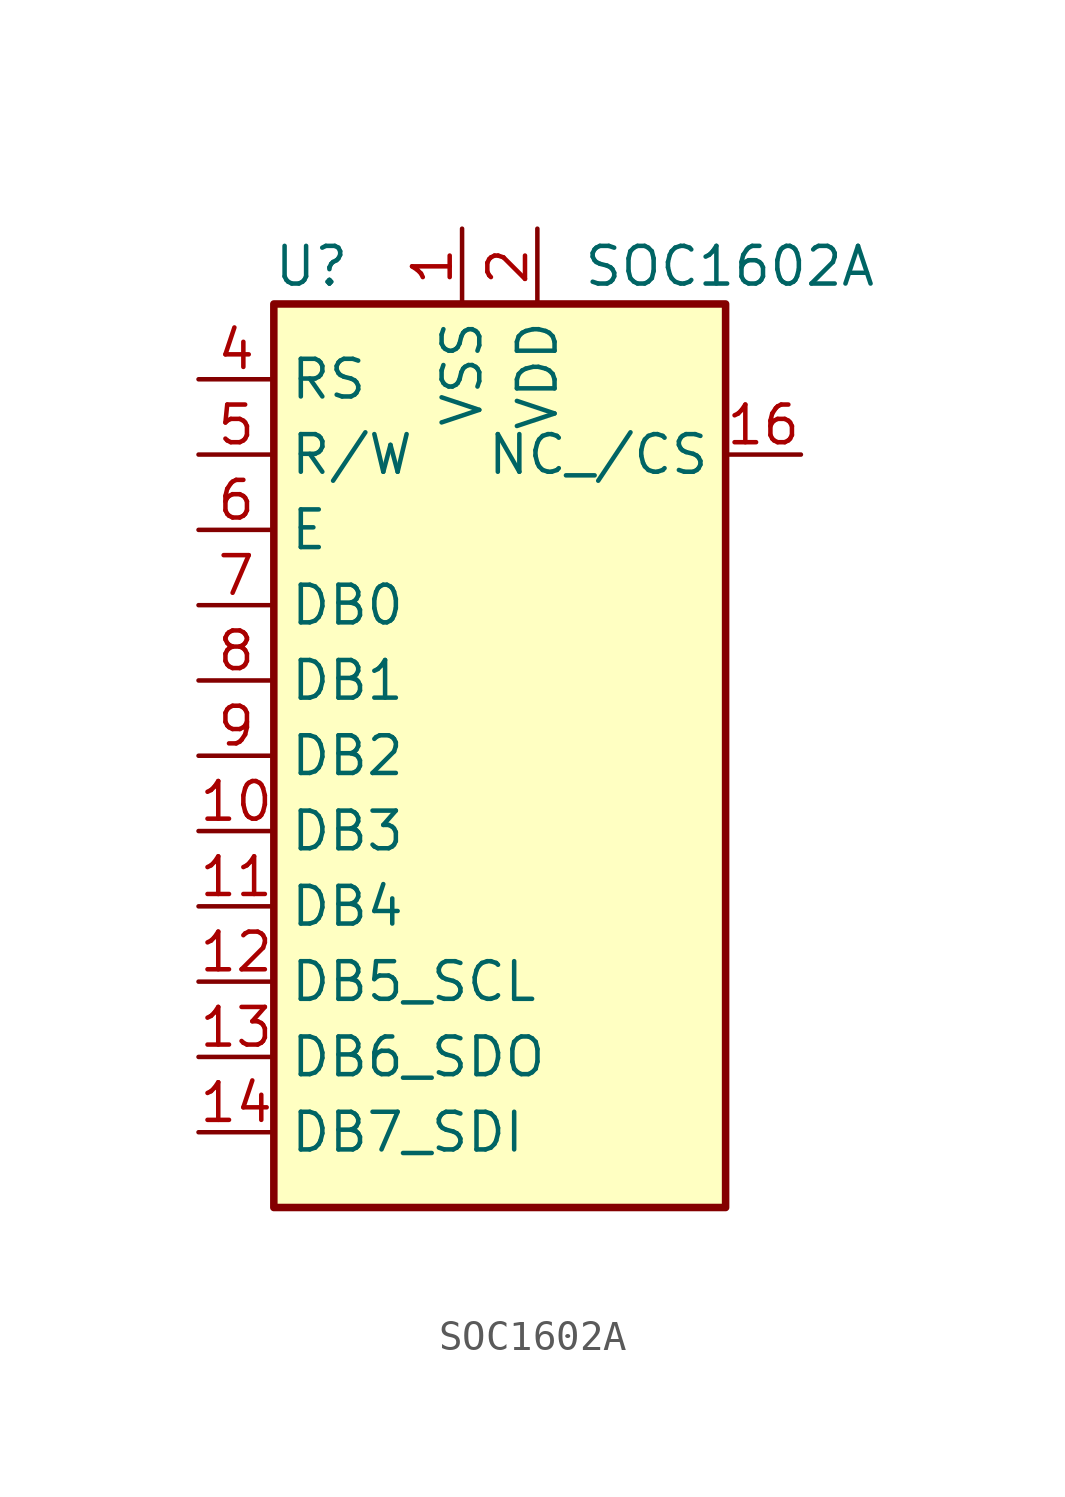
<source format=kicad_sym>
(kicad_symbol_lib
  (version 20231120)
  (generator "kicad_symbol_editor")
  (generator_version "8.0")
  (symbol "SOC1602A"
    (property "Reference" "U"
      (at -6.35 16.51 0)
      (effects (font (size 1.27 1.27))))
    (property "Value" "SOC1602A"
      (at 2.794 16.51 0)
      (effects (font (size 1.27 1.27)) (justify left)))
    (symbol "SOC1602A_0_1"
      (rectangle (start -7.62 15.24) (end 7.62 -15.24) (stroke (width 0.254) (type default)) (fill (type background))))
    (symbol "SOC1602A_1_1"
      (pin power_in line (at -1.27 17.78 270) (length 2.54) (name "VSS" (effects (font (size 1.27 1.27)))) (number "1" (effects (font (size 1.27 1.27)))))
      (pin bidirectional line (at -10.16 -2.54 0) (length 2.54) (name "DB3" (effects (font (size 1.27 1.27)))) (number "10" (effects (font (size 1.27 1.27)))))
      (pin bidirectional line (at -10.16 -5.08 0) (length 2.54) (name "DB4" (effects (font (size 1.27 1.27)))) (number "11" (effects (font (size 1.27 1.27)))))
      (pin bidirectional line (at -10.16 -7.62 0) (length 2.54) (name "DB5_SCL" (effects (font (size 1.27 1.27)))) (number "12" (effects (font (size 1.27 1.27)))))
      (pin bidirectional line (at -10.16 -10.16 0) (length 2.54) (name "DB6_SDO" (effects (font (size 1.27 1.27)))) (number "13" (effects (font (size 1.27 1.27)))))
      (pin bidirectional line (at -10.16 -12.7 0) (length 2.54) (name "DB7_SDI" (effects (font (size 1.27 1.27)))) (number "14" (effects (font (size 1.27 1.27)))))
      (pin input line (at 10.16 10.16 180) (length 2.54) (name "NC_/CS" (effects (font (size 1.27 1.27)))) (number "16" (effects (font (size 1.27 1.27)))))
      (pin power_in line (at 1.27 17.78 270) (length 2.54) (name "VDD" (effects (font (size 1.27 1.27)))) (number "2" (effects (font (size 1.27 1.27)))))
      (pin input line (at -10.16 12.7 0) (length 2.54) (name "RS" (effects (font (size 1.27 1.27)))) (number "4" (effects (font (size 1.27 1.27)))))
      (pin input line (at -10.16 10.16 0) (length 2.54) (name "R/W" (effects (font (size 1.27 1.27)))) (number "5" (effects (font (size 1.27 1.27)))))
      (pin input line (at -10.16 7.62 0) (length 2.54) (name "E" (effects (font (size 1.27 1.27)))) (number "6" (effects (font (size 1.27 1.27)))))
      (pin bidirectional line (at -10.16 5.08 0) (length 2.54) (name "DB0" (effects (font (size 1.27 1.27)))) (number "7" (effects (font (size 1.27 1.27)))))
      (pin bidirectional line (at -10.16 2.54 0) (length 2.54) (name "DB1" (effects (font (size 1.27 1.27)))) (number "8" (effects (font (size 1.27 1.27)))))
      (pin bidirectional line (at -10.16 0 0) (length 2.54) (name "DB2" (effects (font (size 1.27 1.27)))) (number "9" (effects (font (size 1.27 1.27))))))))
</source>
